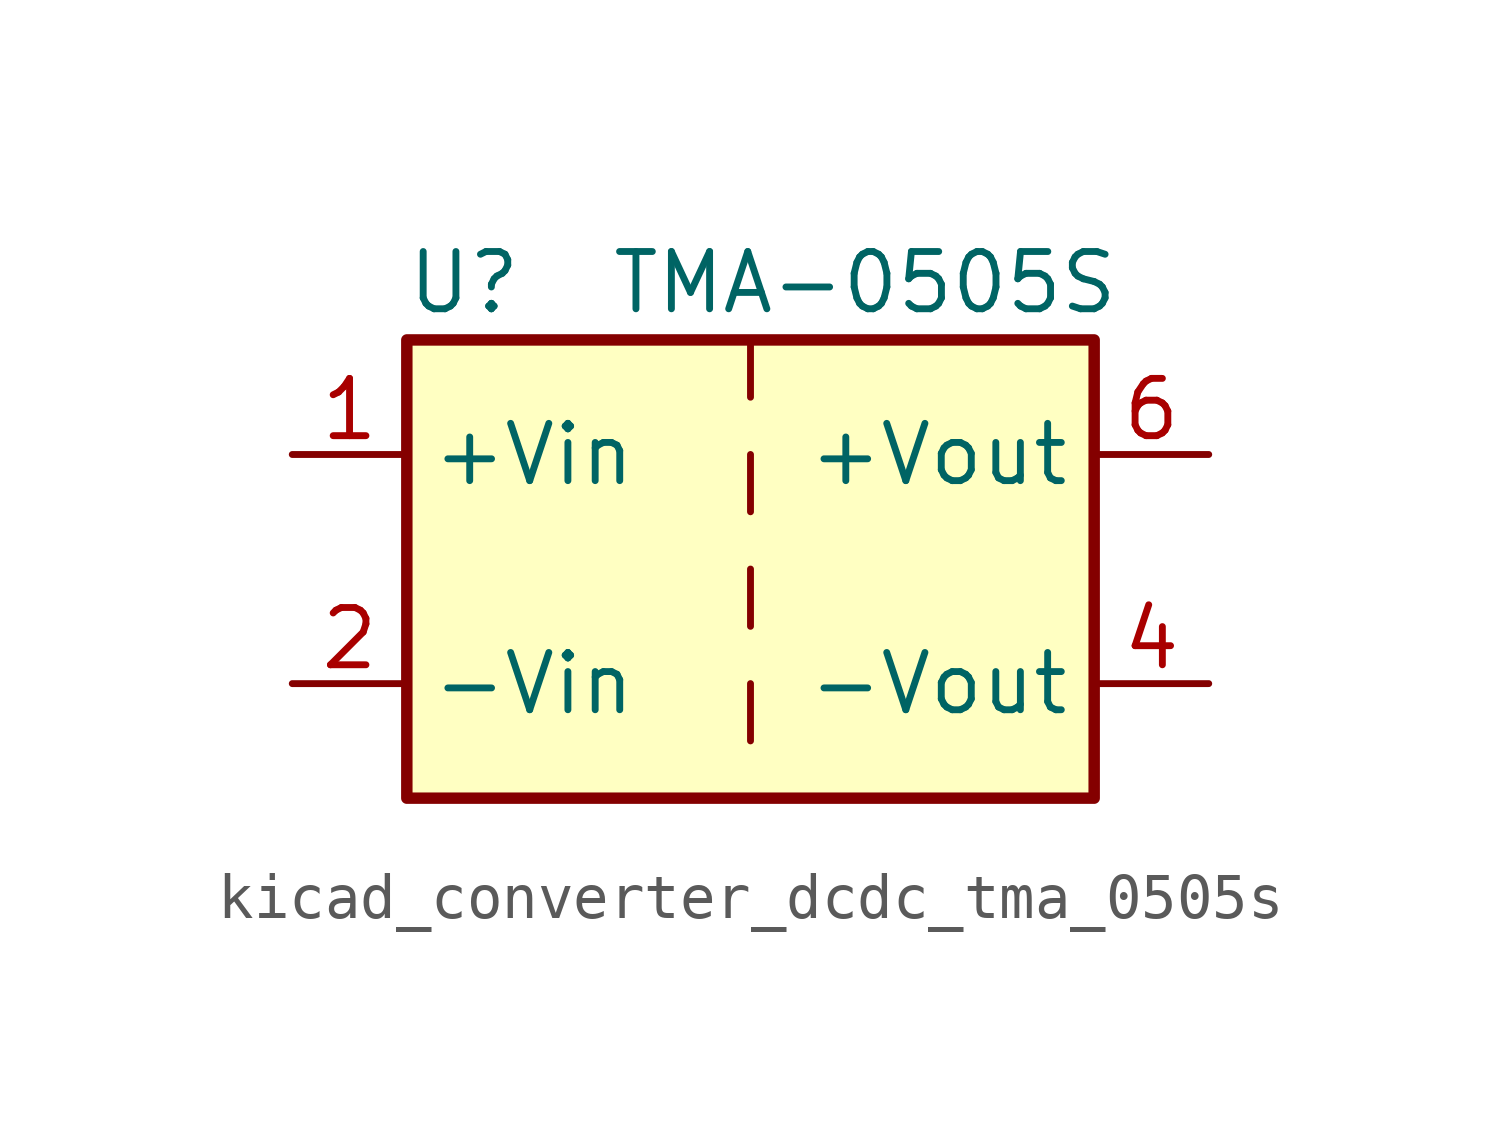
<source format=kicad_sym>
(kicad_symbol_lib
  (version 20220914)
  (generator kicad_symbol_editor)
  (symbol "kicad_converter_dcdc_tma_0505s"
    (property "Reference" "U"
      (at -6.35 6.35 0)
      (effects (font (size 1.27 1.27))))
    (property "Value" "TMA-0505S"
      (at 2.54 6.35 0)
      (effects (font (size 1.27 1.27))))
    (symbol "kicad_converter_dcdc_tma_0505s_0_1"
      (rectangle (start -7.62 5.08) (end 7.62 -5.08) (stroke (width 0.254) (type default)) (fill (type background)))
      (polyline (pts (xy 0 -2.54) (xy 0 -3.81)) (stroke (width 0) (type default)) (fill (type none)))
      (polyline (pts (xy 0 0) (xy 0 -1.27)) (stroke (width 0) (type default)) (fill (type none)))
      (polyline (pts (xy 0 2.54) (xy 0 1.27)) (stroke (width 0) (type default)) (fill (type none)))
      (polyline (pts (xy 0 5.08) (xy 0 3.81)) (stroke (width 0) (type default)) (fill (type none))))
    (symbol "kicad_converter_dcdc_tma_0505s_1_1"
      (pin power_in line (at -10.16 2.54 0) (length 2.54) (name "+Vin" (effects (font (size 1.27 1.27)))) (number "1" (effects (font (size 1.27 1.27)))))
      (pin power_in line (at -10.16 -2.54 0) (length 2.54) (name "-Vin" (effects (font (size 1.27 1.27)))) (number "2" (effects (font (size 1.27 1.27)))))
      (pin power_out line (at 10.16 -2.54 180) (length 2.54) (name "-Vout" (effects (font (size 1.27 1.27)))) (number "4" (effects (font (size 1.27 1.27)))))
      (pin power_out line (at 10.16 2.54 180) (length 2.54) (name "+Vout" (effects (font (size 1.27 1.27)))) (number "6" (effects (font (size 1.27 1.27))))))))
</source>
